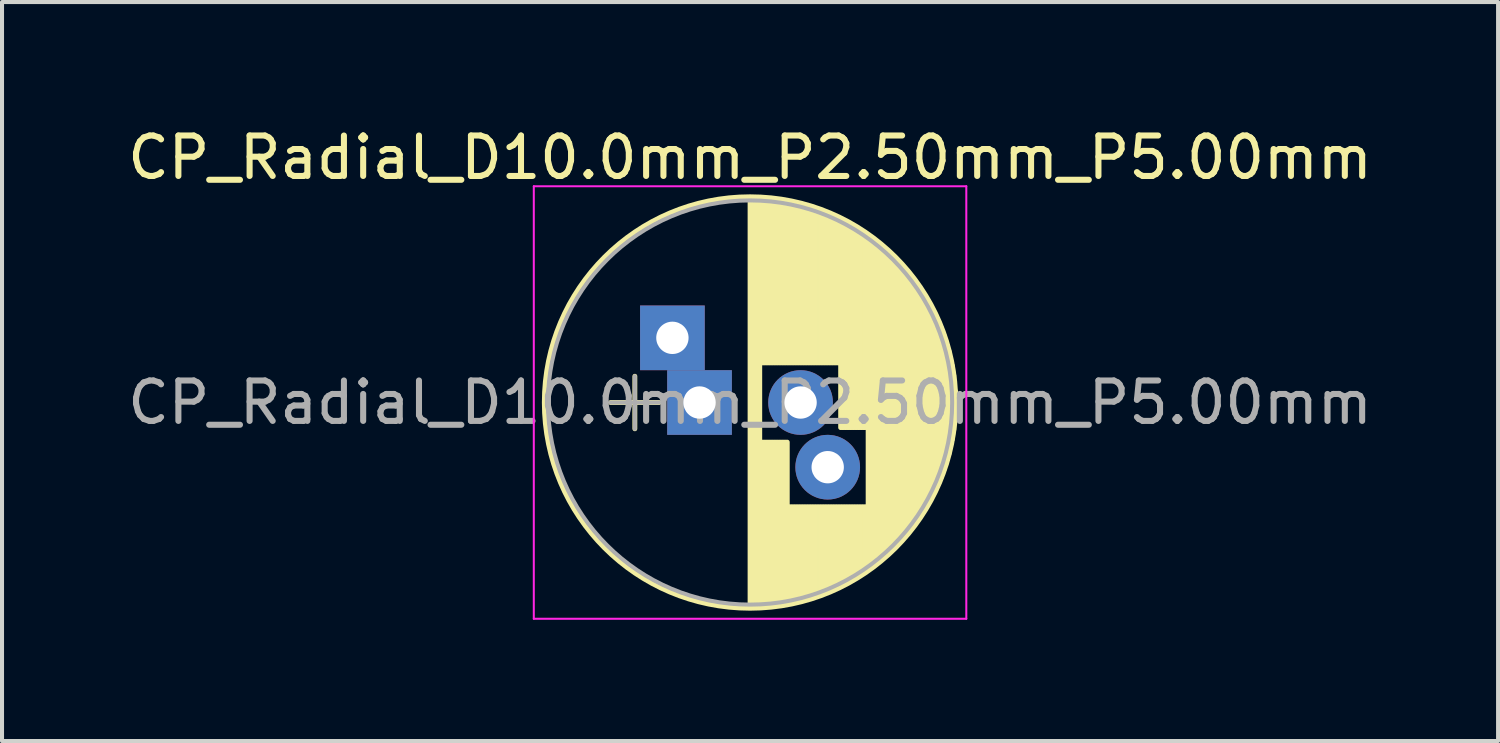
<source format=kicad_pcb>
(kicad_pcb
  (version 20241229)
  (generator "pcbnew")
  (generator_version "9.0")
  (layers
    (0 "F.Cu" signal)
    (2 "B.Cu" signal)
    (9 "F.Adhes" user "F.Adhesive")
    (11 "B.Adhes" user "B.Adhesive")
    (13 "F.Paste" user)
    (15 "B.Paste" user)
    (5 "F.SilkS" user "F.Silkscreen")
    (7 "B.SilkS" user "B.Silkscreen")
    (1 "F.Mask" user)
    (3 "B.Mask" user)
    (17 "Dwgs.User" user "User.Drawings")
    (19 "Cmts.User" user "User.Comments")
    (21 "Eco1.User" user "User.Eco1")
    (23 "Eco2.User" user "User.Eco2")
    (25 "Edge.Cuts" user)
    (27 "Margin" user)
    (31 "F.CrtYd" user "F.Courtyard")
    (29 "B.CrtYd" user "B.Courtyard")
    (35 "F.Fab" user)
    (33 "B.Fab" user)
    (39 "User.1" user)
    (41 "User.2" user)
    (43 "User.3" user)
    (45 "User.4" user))
  (footprint "CP_Radial_D10.0mm_P2.50mm_P5.00mm"
    (layer "F.Cu")
    (at 14.256 6.908)
    (property "Reference" "CP_Radial_D10.0mm_P2.50mm_P5.00mm" (at 1.25 -6.06 0) (layer "F.SilkS") (effects (font (size 1 1) (thickness 0.15))))
    (attr through_hole)
    (fp_line (start -2.2 0) (end -1 0) (stroke (width 0.12) (type solid)) (layer "F.SilkS"))
    (fp_line (start -1.6 -0.65) (end -1.6 0.65) (stroke (width 0.12) (type solid)) (layer "F.SilkS"))
    (fp_line (start 1.25 -5.05) (end 1.25 5.05) (stroke (width 0.12) (type solid)) (layer "F.SilkS"))
    (fp_line (start 1.29 -5.05) (end 1.29 5.05) (stroke (width 0.12) (type solid)) (layer "F.SilkS"))
    (fp_line (start 1.33 -5.05) (end 1.33 5.05) (stroke (width 0.12) (type solid)) (layer "F.SilkS"))
    (fp_line (start 1.37 -5.049) (end 1.37 5.049) (stroke (width 0.12) (type solid)) (layer "F.SilkS"))
    (fp_line (start 1.41 -5.048) (end 1.41 5.048) (stroke (width 0.12) (type solid)) (layer "F.SilkS"))
    (fp_line (start 1.45 -5.047) (end 1.45 5.047) (stroke (width 0.12) (type solid)) (layer "F.SilkS"))
    (fp_line (start 1.49 -5.045) (end 1.49 5.045) (stroke (width 0.12) (type solid)) (layer "F.SilkS"))
    (fp_line (start 1.53 -5.043) (end 1.53 -0.98) (stroke (width 0.12) (type solid)) (layer "F.SilkS"))
    (fp_line (start 1.53 0.98) (end 1.53 5.043) (stroke (width 0.12) (type solid)) (layer "F.SilkS"))
    (fp_line (start 1.57 -5.04) (end 1.57 -0.98) (stroke (width 0.12) (type solid)) (layer "F.SilkS"))
    (fp_line (start 1.57 0.98) (end 1.57 5.04) (stroke (width 0.12) (type solid)) (layer "F.SilkS"))
    (fp_line (start 1.61 -5.038) (end 1.61 -0.98) (stroke (width 0.12) (type solid)) (layer "F.SilkS"))
    (fp_line (start 1.61 0.98) (end 1.61 5.038) (stroke (width 0.12) (type solid)) (layer "F.SilkS"))
    (fp_line (start 1.65 -5.035) (end 1.65 -0.98) (stroke (width 0.12) (type solid)) (layer "F.SilkS"))
    (fp_line (start 1.65 0.98) (end 1.65 5.035) (stroke (width 0.12) (type solid)) (layer "F.SilkS"))
    (fp_line (start 1.69 -5.031) (end 1.69 -0.98) (stroke (width 0.12) (type solid)) (layer "F.SilkS"))
    (fp_line (start 1.69 0.98) (end 1.69 5.031) (stroke (width 0.12) (type solid)) (layer "F.SilkS"))
    (fp_line (start 1.73 -5.028) (end 1.73 -0.98) (stroke (width 0.12) (type solid)) (layer "F.SilkS"))
    (fp_line (start 1.73 0.98) (end 1.73 5.028) (stroke (width 0.12) (type solid)) (layer "F.SilkS"))
    (fp_line (start 1.77 -5.024) (end 1.77 -0.98) (stroke (width 0.12) (type solid)) (layer "F.SilkS"))
    (fp_line (start 1.77 0.98) (end 1.77 5.024) (stroke (width 0.12) (type solid)) (layer "F.SilkS"))
    (fp_line (start 1.81 -5.02) (end 1.81 -0.98) (stroke (width 0.12) (type solid)) (layer "F.SilkS"))
    (fp_line (start 1.81 0.98) (end 1.81 5.02) (stroke (width 0.12) (type solid)) (layer "F.SilkS"))
    (fp_line (start 1.85 -5.015) (end 1.85 -0.98) (stroke (width 0.12) (type solid)) (layer "F.SilkS"))
    (fp_line (start 1.85 0.98) (end 1.85 5.015) (stroke (width 0.12) (type solid)) (layer "F.SilkS"))
    (fp_line (start 1.89 -5.01) (end 1.89 -0.98) (stroke (width 0.12) (type solid)) (layer "F.SilkS"))
    (fp_line (start 1.89 0.98) (end 1.89 5.01) (stroke (width 0.12) (type solid)) (layer "F.SilkS"))
    (fp_line (start 1.93 -5.005) (end 1.93 -0.98) (stroke (width 0.12) (type solid)) (layer "F.SilkS"))
    (fp_line (start 1.93 0.98) (end 1.93 5.005) (stroke (width 0.12) (type solid)) (layer "F.SilkS"))
    (fp_line (start 1.971 -4.999) (end 1.971 -0.98) (stroke (width 0.12) (type solid)) (layer "F.SilkS"))
    (fp_line (start 1.971 0.98) (end 1.971 4.999) (stroke (width 0.12) (type solid)) (layer "F.SilkS"))
    (fp_line (start 2.011 -4.993) (end 2.011 -0.98) (stroke (width 0.12) (type solid)) (layer "F.SilkS"))
    (fp_line (start 2.011 0.98) (end 2.011 4.993) (stroke (width 0.12) (type solid)) (layer "F.SilkS"))
    (fp_line (start 2.051 -4.987) (end 2.051 -0.98) (stroke (width 0.12) (type solid)) (layer "F.SilkS"))
    (fp_line (start 2.051 0.98) (end 2.051 4.987) (stroke (width 0.12) (type solid)) (layer "F.SilkS"))
    (fp_line (start 2.091 -4.981) (end 2.091 -0.98) (stroke (width 0.12) (type solid)) (layer "F.SilkS"))
    (fp_line (start 2.091 0.98) (end 2.091 4.981) (stroke (width 0.12) (type solid)) (layer "F.SilkS"))
    (fp_line (start 2.131 -4.974) (end 2.131 -0.98) (stroke (width 0.12) (type solid)) (layer "F.SilkS"))
    (fp_line (start 2.131 0.98) (end 2.131 4.974) (stroke (width 0.12) (type solid)) (layer "F.SilkS"))
    (fp_line (start 2.171 -4.967) (end 2.171 -0.98) (stroke (width 0.12) (type solid)) (layer "F.SilkS"))
    (fp_line (start 2.171 0.98) (end 2.171 4.967) (stroke (width 0.12) (type solid)) (layer "F.SilkS"))
    (fp_line (start 2.211 -4.959) (end 2.211 -0.98) (stroke (width 0.12) (type solid)) (layer "F.SilkS"))
    (fp_line (start 2.211 2.58) (end 2.211 4.959) (stroke (width 0.12) (type solid)) (layer "F.SilkS"))
    (fp_line (start 2.251 -4.951) (end 2.251 -0.98) (stroke (width 0.12) (type solid)) (layer "F.SilkS"))
    (fp_line (start 2.251 2.58) (end 2.251 4.951) (stroke (width 0.12) (type solid)) (layer "F.SilkS"))
    (fp_line (start 2.291 -4.943) (end 2.291 -0.98) (stroke (width 0.12) (type solid)) (layer "F.SilkS"))
    (fp_line (start 2.291 2.58) (end 2.291 4.943) (stroke (width 0.12) (type solid)) (layer "F.SilkS"))
    (fp_line (start 2.331 -4.935) (end 2.331 -0.98) (stroke (width 0.12) (type solid)) (layer "F.SilkS"))
    (fp_line (start 2.331 2.58) (end 2.331 4.935) (stroke (width 0.12) (type solid)) (layer "F.SilkS"))
    (fp_line (start 2.371 -4.926) (end 2.371 -0.98) (stroke (width 0.12) (type solid)) (layer "F.SilkS"))
    (fp_line (start 2.371 2.58) (end 2.371 4.926) (stroke (width 0.12) (type solid)) (layer "F.SilkS"))
    (fp_line (start 2.411 -4.917) (end 2.411 -0.98) (stroke (width 0.12) (type solid)) (layer "F.SilkS"))
    (fp_line (start 2.411 2.58) (end 2.411 4.917) (stroke (width 0.12) (type solid)) (layer "F.SilkS"))
    (fp_line (start 2.451 -4.907) (end 2.451 -0.98) (stroke (width 0.12) (type solid)) (layer "F.SilkS"))
    (fp_line (start 2.451 2.58) (end 2.451 4.907) (stroke (width 0.12) (type solid)) (layer "F.SilkS"))
    (fp_line (start 2.491 -4.897) (end 2.491 -0.98) (stroke (width 0.12) (type solid)) (layer "F.SilkS"))
    (fp_line (start 2.491 2.58) (end 2.491 4.897) (stroke (width 0.12) (type solid)) (layer "F.SilkS"))
    (fp_line (start 2.531 -4.887) (end 2.531 -0.98) (stroke (width 0.12) (type solid)) (layer "F.SilkS"))
    (fp_line (start 2.531 2.58) (end 2.531 4.887) (stroke (width 0.12) (type solid)) (layer "F.SilkS"))
    (fp_line (start 2.571 -4.876) (end 2.571 -0.98) (stroke (width 0.12) (type solid)) (layer "F.SilkS"))
    (fp_line (start 2.571 2.58) (end 2.571 4.876) (stroke (width 0.12) (type solid)) (layer "F.SilkS"))
    (fp_line (start 2.611 -4.865) (end 2.611 -0.98) (stroke (width 0.12) (type solid)) (layer "F.SilkS"))
    (fp_line (start 2.611 2.58) (end 2.611 4.865) (stroke (width 0.12) (type solid)) (layer "F.SilkS"))
    (fp_line (start 2.651 -4.854) (end 2.651 -0.98) (stroke (width 0.12) (type solid)) (layer "F.SilkS"))
    (fp_line (start 2.651 2.58) (end 2.651 4.854) (stroke (width 0.12) (type solid)) (layer "F.SilkS"))
    (fp_line (start 2.691 -4.843) (end 2.691 -0.98) (stroke (width 0.12) (type solid)) (layer "F.SilkS"))
    (fp_line (start 2.691 2.58) (end 2.691 4.843) (stroke (width 0.12) (type solid)) (layer "F.SilkS"))
    (fp_line (start 2.731 -4.831) (end 2.731 -0.98) (stroke (width 0.12) (type solid)) (layer "F.SilkS"))
    (fp_line (start 2.731 2.58) (end 2.731 4.831) (stroke (width 0.12) (type solid)) (layer "F.SilkS"))
    (fp_line (start 2.771 -4.818) (end 2.771 -0.98) (stroke (width 0.12) (type solid)) (layer "F.SilkS"))
    (fp_line (start 2.771 2.58) (end 2.771 4.818) (stroke (width 0.12) (type solid)) (layer "F.SilkS"))
    (fp_line (start 2.811 -4.806) (end 2.811 -0.98) (stroke (width 0.12) (type solid)) (layer "F.SilkS"))
    (fp_line (start 2.811 2.58) (end 2.811 4.806) (stroke (width 0.12) (type solid)) (layer "F.SilkS"))
    (fp_line (start 2.851 -4.792) (end 2.851 -0.98) (stroke (width 0.12) (type solid)) (layer "F.SilkS"))
    (fp_line (start 2.851 2.58) (end 2.851 4.792) (stroke (width 0.12) (type solid)) (layer "F.SilkS"))
    (fp_line (start 2.891 -4.779) (end 2.891 -0.98) (stroke (width 0.12) (type solid)) (layer "F.SilkS"))
    (fp_line (start 2.891 2.58) (end 2.891 4.779) (stroke (width 0.12) (type solid)) (layer "F.SilkS"))
    (fp_line (start 2.931 -4.765) (end 2.931 -0.98) (stroke (width 0.12) (type solid)) (layer "F.SilkS"))
    (fp_line (start 2.931 2.58) (end 2.931 4.765) (stroke (width 0.12) (type solid)) (layer "F.SilkS"))
    (fp_line (start 2.971 -4.751) (end 2.971 -0.98) (stroke (width 0.12) (type solid)) (layer "F.SilkS"))
    (fp_line (start 2.971 2.58) (end 2.971 4.751) (stroke (width 0.12) (type solid)) (layer "F.SilkS"))
    (fp_line (start 3.011 -4.737) (end 3.011 -0.98) (stroke (width 0.12) (type solid)) (layer "F.SilkS"))
    (fp_line (start 3.011 2.58) (end 3.011 4.737) (stroke (width 0.12) (type solid)) (layer "F.SilkS"))
    (fp_line (start 3.051 -4.722) (end 3.051 -0.98) (stroke (width 0.12) (type solid)) (layer "F.SilkS"))
    (fp_line (start 3.051 2.58) (end 3.051 4.722) (stroke (width 0.12) (type solid)) (layer "F.SilkS"))
    (fp_line (start 3.091 -4.706) (end 3.091 -0.98) (stroke (width 0.12) (type solid)) (layer "F.SilkS"))
    (fp_line (start 3.091 2.58) (end 3.091 4.706) (stroke (width 0.12) (type solid)) (layer "F.SilkS"))
    (fp_line (start 3.131 -4.691) (end 3.131 -0.98) (stroke (width 0.12) (type solid)) (layer "F.SilkS"))
    (fp_line (start 3.131 2.58) (end 3.131 4.691) (stroke (width 0.12) (type solid)) (layer "F.SilkS"))
    (fp_line (start 3.171 -4.674) (end 3.171 -0.98) (stroke (width 0.12) (type solid)) (layer "F.SilkS"))
    (fp_line (start 3.171 2.58) (end 3.171 4.674) (stroke (width 0.12) (type solid)) (layer "F.SilkS"))
    (fp_line (start 3.211 -4.658) (end 3.211 -0.98) (stroke (width 0.12) (type solid)) (layer "F.SilkS"))
    (fp_line (start 3.211 2.58) (end 3.211 4.658) (stroke (width 0.12) (type solid)) (layer "F.SilkS"))
    (fp_line (start 3.251 -4.641) (end 3.251 -0.98) (stroke (width 0.12) (type solid)) (layer "F.SilkS"))
    (fp_line (start 3.251 2.58) (end 3.251 4.641) (stroke (width 0.12) (type solid)) (layer "F.SilkS"))
    (fp_line (start 3.291 -4.624) (end 3.291 -0.98) (stroke (width 0.12) (type solid)) (layer "F.SilkS"))
    (fp_line (start 3.291 2.58) (end 3.291 4.624) (stroke (width 0.12) (type solid)) (layer "F.SilkS"))
    (fp_line (start 3.331 -4.606) (end 3.331 -0.98) (stroke (width 0.12) (type solid)) (layer "F.SilkS"))
    (fp_line (start 3.331 2.58) (end 3.331 4.606) (stroke (width 0.12) (type solid)) (layer "F.SilkS"))
    (fp_line (start 3.371 -4.588) (end 3.371 -0.98) (stroke (width 0.12) (type solid)) (layer "F.SilkS"))
    (fp_line (start 3.371 2.58) (end 3.371 4.588) (stroke (width 0.12) (type solid)) (layer "F.SilkS"))
    (fp_line (start 3.411 -4.569) (end 3.411 -0.98) (stroke (width 0.12) (type solid)) (layer "F.SilkS"))
    (fp_line (start 3.411 2.58) (end 3.411 4.569) (stroke (width 0.12) (type solid)) (layer "F.SilkS"))
    (fp_line (start 3.451 -4.55) (end 3.451 -0.98) (stroke (width 0.12) (type solid)) (layer "F.SilkS"))
    (fp_line (start 3.451 2.58) (end 3.451 4.55) (stroke (width 0.12) (type solid)) (layer "F.SilkS"))
    (fp_line (start 3.491 -4.531) (end 3.491 0.621) (stroke (width 0.12) (type solid)) (layer "F.SilkS"))
    (fp_line (start 3.491 2.58) (end 3.491 4.531) (stroke (width 0.12) (type solid)) (layer "F.SilkS"))
    (fp_line (start 3.531 -4.511) (end 3.531 0.621) (stroke (width 0.12) (type solid)) (layer "F.SilkS"))
    (fp_line (start 3.531 2.58) (end 3.531 4.511) (stroke (width 0.12) (type solid)) (layer "F.SilkS"))
    (fp_line (start 3.571 -4.491) (end 3.571 0.621) (stroke (width 0.12) (type solid)) (layer "F.SilkS"))
    (fp_line (start 3.571 2.58) (end 3.571 4.491) (stroke (width 0.12) (type solid)) (layer "F.SilkS"))
    (fp_line (start 3.611 -4.47) (end 3.611 0.621) (stroke (width 0.12) (type solid)) (layer "F.SilkS"))
    (fp_line (start 3.611 2.58) (end 3.611 4.47) (stroke (width 0.12) (type solid)) (layer "F.SilkS"))
    (fp_line (start 3.651 -4.449) (end 3.651 0.621) (stroke (width 0.12) (type solid)) (layer "F.SilkS"))
    (fp_line (start 3.651 2.58) (end 3.651 4.449) (stroke (width 0.12) (type solid)) (layer "F.SilkS"))
    (fp_line (start 3.691 -4.428) (end 3.691 0.621) (stroke (width 0.12) (type solid)) (layer "F.SilkS"))
    (fp_line (start 3.691 2.58) (end 3.691 4.428) (stroke (width 0.12) (type solid)) (layer "F.SilkS"))
    (fp_line (start 3.731 -4.405) (end 3.731 0.621) (stroke (width 0.12) (type solid)) (layer "F.SilkS"))
    (fp_line (start 3.731 2.58) (end 3.731 4.405) (stroke (width 0.12) (type solid)) (layer "F.SilkS"))
    (fp_line (start 3.771 -4.383) (end 3.771 0.621) (stroke (width 0.12) (type solid)) (layer "F.SilkS"))
    (fp_line (start 3.771 2.58) (end 3.771 4.383) (stroke (width 0.12) (type solid)) (layer "F.SilkS"))
    (fp_line (start 3.811 -4.36) (end 3.811 0.621) (stroke (width 0.12) (type solid)) (layer "F.SilkS"))
    (fp_line (start 3.811 2.58) (end 3.811 4.36) (stroke (width 0.12) (type solid)) (layer "F.SilkS"))
    (fp_line (start 3.851 -4.336) (end 3.851 0.621) (stroke (width 0.12) (type solid)) (layer "F.SilkS"))
    (fp_line (start 3.851 2.58) (end 3.851 4.336) (stroke (width 0.12) (type solid)) (layer "F.SilkS"))
    (fp_line (start 3.891 -4.312) (end 3.891 0.621) (stroke (width 0.12) (type solid)) (layer "F.SilkS"))
    (fp_line (start 3.891 2.58) (end 3.891 4.312) (stroke (width 0.12) (type solid)) (layer "F.SilkS"))
    (fp_line (start 3.931 -4.288) (end 3.931 0.621) (stroke (width 0.12) (type solid)) (layer "F.SilkS"))
    (fp_line (start 3.931 2.58) (end 3.931 4.288) (stroke (width 0.12) (type solid)) (layer "F.SilkS"))
    (fp_line (start 3.971 -4.263) (end 3.971 0.621) (stroke (width 0.12) (type solid)) (layer "F.SilkS"))
    (fp_line (start 3.971 2.58) (end 3.971 4.263) (stroke (width 0.12) (type solid)) (layer "F.SilkS"))
    (fp_line (start 4.011 -4.237) (end 4.011 0.621) (stroke (width 0.12) (type solid)) (layer "F.SilkS"))
    (fp_line (start 4.011 2.58) (end 4.011 4.237) (stroke (width 0.12) (type solid)) (layer "F.SilkS"))
    (fp_line (start 4.051 -4.211) (end 4.051 0.621) (stroke (width 0.12) (type solid)) (layer "F.SilkS"))
    (fp_line (start 4.051 2.58) (end 4.051 4.211) (stroke (width 0.12) (type solid)) (layer "F.SilkS"))
    (fp_line (start 4.091 -4.185) (end 4.091 0.621) (stroke (width 0.12) (type solid)) (layer "F.SilkS"))
    (fp_line (start 4.091 2.58) (end 4.091 4.185) (stroke (width 0.12) (type solid)) (layer "F.SilkS"))
    (fp_line (start 4.131 -4.157) (end 4.131 0.621) (stroke (width 0.12) (type solid)) (layer "F.SilkS"))
    (fp_line (start 4.131 2.58) (end 4.131 4.157) (stroke (width 0.12) (type solid)) (layer "F.SilkS"))
    (fp_line (start 4.171 -4.13) (end 4.171 4.13) (stroke (width 0.12) (type solid)) (layer "F.SilkS"))
    (fp_line (start 4.211 -4.101) (end 4.211 4.101) (stroke (width 0.12) (type solid)) (layer "F.SilkS"))
    (fp_line (start 4.251 -4.072) (end 4.251 4.072) (stroke (width 0.12) (type solid)) (layer "F.SilkS"))
    (fp_line (start 4.291 -4.043) (end 4.291 4.043) (stroke (width 0.12) (type solid)) (layer "F.SilkS"))
    (fp_line (start 4.331 -4.013) (end 4.331 4.013) (stroke (width 0.12) (type solid)) (layer "F.SilkS"))
    (fp_line (start 4.371 -3.982) (end 4.371 3.982) (stroke (width 0.12) (type solid)) (layer "F.SilkS"))
    (fp_line (start 4.411 -3.951) (end 4.411 3.951) (stroke (width 0.12) (type solid)) (layer "F.SilkS"))
    (fp_line (start 4.451 -3.919) (end 4.451 3.919) (stroke (width 0.12) (type solid)) (layer "F.SilkS"))
    (fp_line (start 4.491 -3.886) (end 4.491 3.886) (stroke (width 0.12) (type solid)) (layer "F.SilkS"))
    (fp_line (start 4.531 -3.853) (end 4.531 3.853) (stroke (width 0.12) (type solid)) (layer "F.SilkS"))
    (fp_line (start 4.571 -3.819) (end 4.571 3.819) (stroke (width 0.12) (type solid)) (layer "F.SilkS"))
    (fp_line (start 4.611 -3.784) (end 4.611 3.784) (stroke (width 0.12) (type solid)) (layer "F.SilkS"))
    (fp_line (start 4.651 -3.748) (end 4.651 3.748) (stroke (width 0.12) (type solid)) (layer "F.SilkS"))
    (fp_line (start 4.691 -3.712) (end 4.691 3.712) (stroke (width 0.12) (type solid)) (layer "F.SilkS"))
    (fp_line (start 4.731 -3.675) (end 4.731 3.675) (stroke (width 0.12) (type solid)) (layer "F.SilkS"))
    (fp_line (start 4.771 -3.637) (end 4.771 3.637) (stroke (width 0.12) (type solid)) (layer "F.SilkS"))
    (fp_line (start 4.811 -3.598) (end 4.811 3.598) (stroke (width 0.12) (type solid)) (layer "F.SilkS"))
    (fp_line (start 4.851 -3.559) (end 4.851 3.559) (stroke (width 0.12) (type solid)) (layer "F.SilkS"))
    (fp_line (start 4.891 -3.518) (end 4.891 3.518) (stroke (width 0.12) (type solid)) (layer "F.SilkS"))
    (fp_line (start 4.931 -3.477) (end 4.931 3.477) (stroke (width 0.12) (type solid)) (layer "F.SilkS"))
    (fp_line (start 4.971 -3.435) (end 4.971 3.435) (stroke (width 0.12) (type solid)) (layer "F.SilkS"))
    (fp_line (start 5.011 -3.391) (end 5.011 3.391) (stroke (width 0.12) (type solid)) (layer "F.SilkS"))
    (fp_line (start 5.051 -3.347) (end 5.051 3.347) (stroke (width 0.12) (type solid)) (layer "F.SilkS"))
    (fp_line (start 5.091 -3.302) (end 5.091 3.302) (stroke (width 0.12) (type solid)) (layer "F.SilkS"))
    (fp_line (start 5.131 -3.255) (end 5.131 3.255) (stroke (width 0.12) (type solid)) (layer "F.SilkS"))
    (fp_line (start 5.171 -3.207) (end 5.171 3.207) (stroke (width 0.12) (type solid)) (layer "F.SilkS"))
    (fp_line (start 5.211 -3.158) (end 5.211 3.158) (stroke (width 0.12) (type solid)) (layer "F.SilkS"))
    (fp_line (start 5.251 -3.108) (end 5.251 3.108) (stroke (width 0.12) (type solid)) (layer "F.SilkS"))
    (fp_line (start 5.291 -3.057) (end 5.291 3.057) (stroke (width 0.12) (type solid)) (layer "F.SilkS"))
    (fp_line (start 5.331 -3.004) (end 5.331 3.004) (stroke (width 0.12) (type solid)) (layer "F.SilkS"))
    (fp_line (start 5.371 -2.949) (end 5.371 2.949) (stroke (width 0.12) (type solid)) (layer "F.SilkS"))
    (fp_line (start 5.411 -2.894) (end 5.411 2.894) (stroke (width 0.12) (type solid)) (layer "F.SilkS"))
    (fp_line (start 5.451 -2.836) (end 5.451 2.836) (stroke (width 0.12) (type solid)) (layer "F.SilkS"))
    (fp_line (start 5.491 -2.777) (end 5.491 2.777) (stroke (width 0.12) (type solid)) (layer "F.SilkS"))
    (fp_line (start 5.531 -2.715) (end 5.531 2.715) (stroke (width 0.12) (type solid)) (layer "F.SilkS"))
    (fp_line (start 5.571 -2.652) (end 5.571 2.652) (stroke (width 0.12) (type solid)) (layer "F.SilkS"))
    (fp_line (start 5.611 -2.587) (end 5.611 2.587) (stroke (width 0.12) (type solid)) (layer "F.SilkS"))
    (fp_line (start 5.651 -2.519) (end 5.651 2.519) (stroke (width 0.12) (type solid)) (layer "F.SilkS"))
    (fp_line (start 5.691 -2.449) (end 5.691 2.449) (stroke (width 0.12) (type solid)) (layer "F.SilkS"))
    (fp_line (start 5.731 -2.377) (end 5.731 2.377) (stroke (width 0.12) (type solid)) (layer "F.SilkS"))
    (fp_line (start 5.771 -2.301) (end 5.771 2.301) (stroke (width 0.12) (type solid)) (layer "F.SilkS"))
    (fp_line (start 5.811 -2.222) (end 5.811 2.222) (stroke (width 0.12) (type solid)) (layer "F.SilkS"))
    (fp_line (start 5.851 -2.14) (end 5.851 2.14) (stroke (width 0.12) (type solid)) (layer "F.SilkS"))
    (fp_line (start 5.891 -2.053) (end 5.891 2.053) (stroke (width 0.12) (type solid)) (layer "F.SilkS"))
    (fp_line (start 5.931 -1.962) (end 5.931 1.962) (stroke (width 0.12) (type solid)) (layer "F.SilkS"))
    (fp_line (start 5.971 -1.866) (end 5.971 1.866) (stroke (width 0.12) (type solid)) (layer "F.SilkS"))
    (fp_line (start 6.011 -1.763) (end 6.011 1.763) (stroke (width 0.12) (type solid)) (layer "F.SilkS"))
    (fp_line (start 6.051 -1.654) (end 6.051 1.654) (stroke (width 0.12) (type solid)) (layer "F.SilkS"))
    (fp_line (start 6.091 -1.536) (end 6.091 1.536) (stroke (width 0.12) (type solid)) (layer "F.SilkS"))
    (fp_line (start 6.131 -1.407) (end 6.131 1.407) (stroke (width 0.12) (type solid)) (layer "F.SilkS"))
    (fp_line (start 6.171 -1.265) (end 6.171 1.265) (stroke (width 0.12) (type solid)) (layer "F.SilkS"))
    (fp_line (start 6.211 -1.104) (end 6.211 1.104) (stroke (width 0.12) (type solid)) (layer "F.SilkS"))
    (fp_line (start 6.251 -0.913) (end 6.251 0.913) (stroke (width 0.12) (type solid)) (layer "F.SilkS"))
    (fp_line (start 6.291 -0.672) (end 6.291 0.672) (stroke (width 0.12) (type solid)) (layer "F.SilkS"))
    (fp_line (start 6.331 -0.279) (end 6.331 0.279) (stroke (width 0.12) (type solid)) (layer "F.SilkS"))
    (fp_circle (center 1.25 0) (end 6.34 0) (stroke (width 0.12) (type solid)) (fill no) (layer "F.SilkS"))
    (fp_line (start -4.1 -5.35) (end -4.1 5.35) (stroke (width 0.05) (type solid)) (layer "F.CrtYd"))
    (fp_line (start -4.1 5.35) (end 6.6 5.35) (stroke (width 0.05) (type solid)) (layer "F.CrtYd"))
    (fp_line (start 6.6 -5.35) (end -4.1 -5.35) (stroke (width 0.05) (type solid)) (layer "F.CrtYd"))
    (fp_line (start 6.6 5.35) (end 6.6 -5.35) (stroke (width 0.05) (type solid)) (layer "F.CrtYd"))
    (fp_line (start -2.2 0) (end -1 0) (stroke (width 0.1) (type solid)) (layer "F.Fab"))
    (fp_line (start -1.6 -0.65) (end -1.6 0.65) (stroke (width 0.1) (type solid)) (layer "F.Fab"))
    (fp_circle (center 1.25 0) (end 6.25 0) (stroke (width 0.1) (type solid)) (fill no) (layer "F.Fab"))
    (fp_text user "${REFERENCE}" (at 1.25 0 0) (layer "F.Fab") (effects (font (size 1 1) (thickness 0.15))))
    (pad "1" thru_hole rect (at -0.671 -1.6) (size 1.6 1.6) (drill 0.8) (layers "*.Cu" "*.Mask"))
    (pad "1" thru_hole rect (at 0 0) (size 1.6 1.6) (drill 0.8) (layers "*.Cu" "*.Mask"))
    (pad "2" thru_hole circle (at 2.5 0) (size 1.6 1.6) (drill 0.8) (layers "*.Cu" "*.Mask"))
    (pad "2" thru_hole circle (at 3.171 1.6) (size 1.6 1.6) (drill 0.8) (layers "*.Cu" "*.Mask")))
  (gr_rect
    (start -3 -3)
    (end 34.012 15.283)
    (stroke (width 0.1) (type default))
    (fill no)
    (layer "Edge.Cuts")))
</source>
